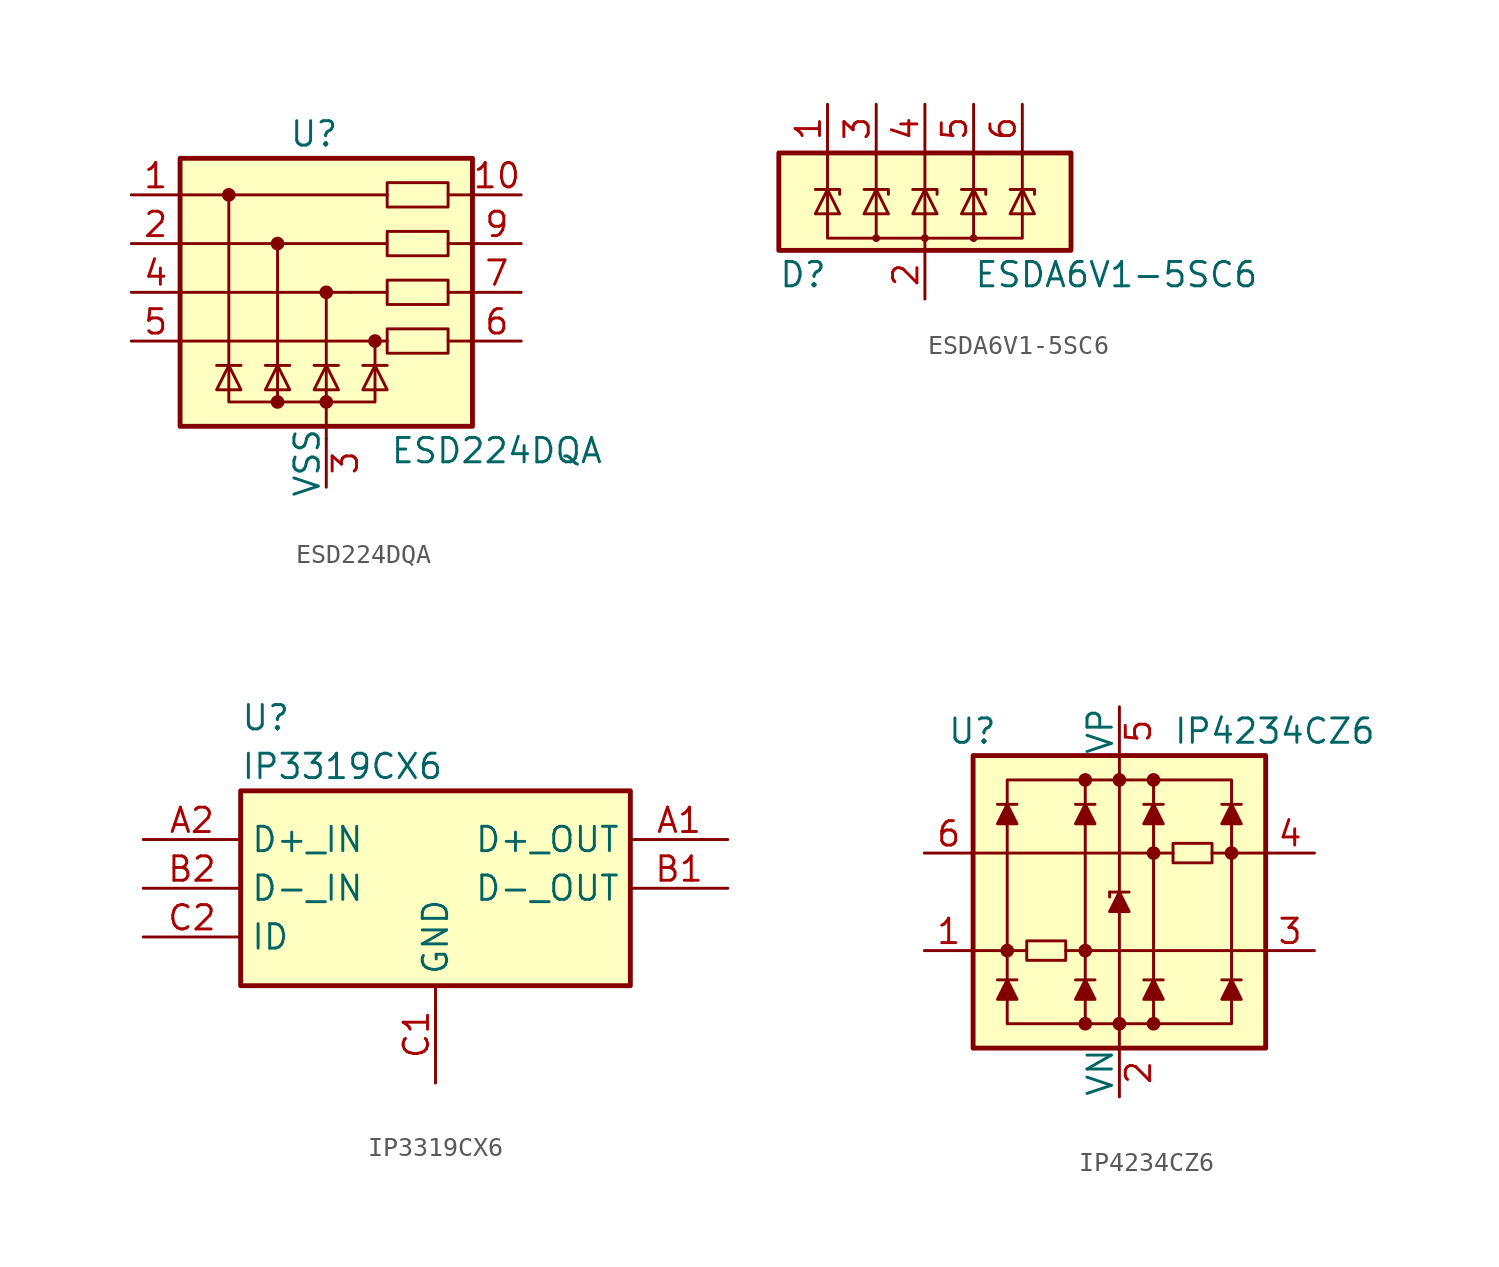
<source format=kicad_sym>
(kicad_symbol_lib
  (version 20241209)
  (generator "kicad_symbol_editor")
  (generator_version "9.0")
  (symbol "ESD224DQA"
    (pin_names
      (offset 0))
    (property "Reference" "U"
      (at -0.635 8.255 0)
      (effects (font (size 1.27 1.27))))
    (property "Value" "ESD224DQA"
      (at 8.89 -8.255 0)
      (effects (font (size 1.27 1.27))))
    (symbol "ESD224DQA_0_0"
      (polyline (pts (xy -2.54 -5.715) (xy -2.54 2.54)) (stroke (width 0) (type default)) (fill (type none)))
      (polyline (pts (xy 0 0) (xy 0 -6.985)) (stroke (width 0) (type default)) (fill (type none))))
    (symbol "ESD224DQA_0_1"
      (rectangle (start -7.62 6.985) (end 7.62 -6.985) (stroke (width 0.254) (type default)) (fill (type background)))
      (polyline (pts (xy -7.62 5.08) (xy -7.62 5.08)) (stroke (width 0) (type default)) (fill (type none)))
      (polyline (pts (xy -7.62 2.54) (xy -5.08 2.54)) (stroke (width 0) (type default)) (fill (type none)))
      (polyline (pts (xy -7.62 0) (xy 1.27 0)) (stroke (width 0) (type default)) (fill (type none)))
      (polyline (pts (xy -7.62 -2.54) (xy 3.175 -2.54)) (stroke (width 0) (type default)) (fill (type none)))
      (circle (center -5.08 5.08) (radius 0.279) (stroke (width 0) (type default)) (fill (type outline)))
      (polyline (pts (xy -5.08 5.08) (xy -5.08 -5.715) (xy 2.54 -5.715) (xy 2.54 -2.54)) (stroke (width 0.152) (type default)) (fill (type none)))
      (polyline (pts (xy -4.445 -3.81) (xy -5.715 -3.81)) (stroke (width 0) (type default)) (fill (type none)))
      (polyline (pts (xy -4.445 -5.08) (xy -5.715 -5.08) (xy -5.08 -3.81) (xy -4.445 -5.08)) (stroke (width 0) (type default)) (fill (type none)))
      (circle (center -2.54 2.54) (radius 0.279) (stroke (width 0) (type default)) (fill (type outline)))
      (circle (center -2.54 -5.715) (radius 0.279) (stroke (width 0) (type default)) (fill (type outline)))
      (polyline (pts (xy -1.905 -3.81) (xy -3.175 -3.81)) (stroke (width 0) (type default)) (fill (type none)))
      (polyline (pts (xy -1.905 -5.08) (xy -3.175 -5.08) (xy -2.54 -3.81) (xy -1.905 -5.08)) (stroke (width 0) (type default)) (fill (type none)))
      (circle (center 0 0) (radius 0.279) (stroke (width 0) (type default)) (fill (type outline)))
      (circle (center 0 -5.715) (radius 0.279) (stroke (width 0) (type default)) (fill (type outline)))
      (polyline (pts (xy 0 -6.985) (xy 0 -7.62)) (stroke (width 0) (type default)) (fill (type none)))
      (polyline (pts (xy 0.635 -3.81) (xy -0.635 -3.81)) (stroke (width 0) (type default)) (fill (type none)))
      (polyline (pts (xy 0.635 -5.08) (xy -0.635 -5.08) (xy 0 -3.81) (xy 0.635 -5.08)) (stroke (width 0) (type default)) (fill (type none)))
      (circle (center 2.54 -2.54) (radius 0.279) (stroke (width 0) (type default)) (fill (type outline)))
      (rectangle (start 3.175 5.715) (end 6.35 4.445) (stroke (width 0.152) (type default)) (fill (type none)))
      (polyline (pts (xy 3.175 5.08) (xy -7.62 5.08)) (stroke (width 0.152) (type default)) (fill (type none)))
      (rectangle (start 3.175 3.175) (end 6.35 1.905) (stroke (width 0.152) (type default)) (fill (type none)))
      (polyline (pts (xy 3.175 2.54) (xy 0 2.54) (xy 0 2.54) (xy -3.81 2.54) (xy -3.81 2.54) (xy -5.08 2.54)) (stroke (width 0.152) (type default)) (fill (type none)))
      (rectangle (start 3.175 0.635) (end 6.35 -0.635) (stroke (width 0.152) (type default)) (fill (type none)))
      (polyline (pts (xy 3.175 0) (xy 1.27 0)) (stroke (width 0.152) (type default)) (fill (type none)))
      (rectangle (start 3.175 -1.905) (end 6.35 -3.175) (stroke (width 0.152) (type default)) (fill (type none)))
      (polyline (pts (xy 3.175 -3.81) (xy 1.905 -3.81)) (stroke (width 0) (type default)) (fill (type none)))
      (polyline (pts (xy 3.175 -5.08) (xy 1.905 -5.08) (xy 2.54 -3.81) (xy 3.175 -5.08)) (stroke (width 0) (type default)) (fill (type none)))
      (polyline (pts (xy 7.62 5.08) (xy 6.35 5.08)) (stroke (width 0.152) (type default)) (fill (type none)))
      (polyline (pts (xy 7.62 2.54) (xy 6.35 2.54)) (stroke (width 0.152) (type default)) (fill (type none)))
      (polyline (pts (xy 7.62 0) (xy 6.35 0)) (stroke (width 0.152) (type default)) (fill (type none)))
      (polyline (pts (xy 7.62 -2.54) (xy 6.35 -2.54)) (stroke (width 0.152) (type default)) (fill (type none))))
    (symbol "ESD224DQA_1_1"
      (pin passive line (at -10.16 5.08 0) (length 2.54) (name "~" (effects (font (size 1.27 1.27)))) (number "1" (effects (font (size 1.27 1.27)))))
      (pin passive line (at -10.16 2.54 0) (length 2.54) (name "~" (effects (font (size 1.27 1.27)))) (number "2" (effects (font (size 1.27 1.27)))))
      (pin passive line (at -10.16 0 0) (length 2.54) (name "~" (effects (font (size 1.27 1.27)))) (number "4" (effects (font (size 1.27 1.27)))))
      (pin passive line (at -10.16 -2.54 0) (length 2.54) (name "~" (effects (font (size 1.27 1.27)))) (number "5" (effects (font (size 1.27 1.27)))))
      (pin power_in line (at 0 -10.16 90) (length 2.54) (name "VSS" (effects (font (size 1.27 1.27)))) (number "3" (effects (font (size 1.27 1.27)))))
      (pin passive line (at 0 -10.16 90) (length 2.54) (hide yes) (name "VSS" (effects (font (size 1.27 1.27)))) (number "8" (effects (font (size 1.27 1.27)))))
      (pin passive line (at 10.16 5.08 180) (length 2.54) (name "~" (effects (font (size 1.27 1.27)))) (number "10" (effects (font (size 1.27 1.27)))))
      (pin passive line (at 10.16 2.54 180) (length 2.54) (name "~" (effects (font (size 1.27 1.27)))) (number "9" (effects (font (size 1.27 1.27)))))
      (pin passive line (at 10.16 0 180) (length 2.54) (name "~" (effects (font (size 1.27 1.27)))) (number "7" (effects (font (size 1.27 1.27)))))
      (pin passive line (at 10.16 -2.54 180) (length 2.54) (name "~" (effects (font (size 1.27 1.27)))) (number "6" (effects (font (size 1.27 1.27)))))))
  (symbol "ESDA6V1-5SC6"
    (pin_names
      (hide yes))
    (property "Reference" "D"
      (at -5.08 -3.81 0)
      (effects (font (size 1.27 1.27)) (justify right)))
    (property "Value" "ESDA6V1-5SC6"
      (at 2.54 -3.81 0)
      (effects (font (size 1.27 1.27)) (justify left)))
    (symbol "ESDA6V1-5SC6_0_0"
      (pin passive line (at 0 -5.08 90) (length 2.54) (name "GND" (effects (font (size 1.27 1.27)))) (number "2" (effects (font (size 1.27 1.27))))))
    (symbol "ESDA6V1-5SC6_0_1"
      (rectangle (start -7.62 2.54) (end 7.62 -2.54) (stroke (width 0.254) (type default)) (fill (type background)))
      (polyline (pts (xy -5.715 0.635) (xy -4.445 0.635) (xy -4.445 0.381)) (stroke (width 0) (type default)) (fill (type none)))
      (polyline (pts (xy -5.715 -0.635) (xy -4.445 -0.635) (xy -5.08 0.635) (xy -5.715 -0.635)) (stroke (width 0) (type default)) (fill (type none)))
      (polyline (pts (xy -5.08 2.54) (xy -5.08 -1.905) (xy 5.08 -1.905) (xy 5.08 2.54)) (stroke (width 0) (type default)) (fill (type none)))
      (polyline (pts (xy -3.175 0.635) (xy -1.905 0.635) (xy -1.905 0.381)) (stroke (width 0) (type default)) (fill (type none)))
      (polyline (pts (xy -3.175 -0.635) (xy -1.905 -0.635) (xy -2.54 0.635) (xy -3.175 -0.635)) (stroke (width 0) (type default)) (fill (type none)))
      (polyline (pts (xy -2.54 2.54) (xy -2.54 -1.905)) (stroke (width 0) (type default)) (fill (type none)))
      (circle (center -2.54 -1.905) (radius 0.127) (stroke (width 0) (type default)) (fill (type none)))
      (polyline (pts (xy -0.635 0.635) (xy 0.635 0.635) (xy 0.635 0.381)) (stroke (width 0) (type default)) (fill (type none)))
      (polyline (pts (xy -0.635 -0.635) (xy 0.635 -0.635) (xy 0 0.635) (xy -0.635 -0.635)) (stroke (width 0) (type default)) (fill (type none)))
      (polyline (pts (xy 0 2.54) (xy 0 -2.54)) (stroke (width 0) (type default)) (fill (type none)))
      (circle (center 0 -1.905) (radius 0.127) (stroke (width 0) (type default)) (fill (type none)))
      (polyline (pts (xy 1.905 0.635) (xy 3.175 0.635) (xy 3.175 0.381)) (stroke (width 0) (type default)) (fill (type none)))
      (polyline (pts (xy 1.905 -0.635) (xy 3.175 -0.635) (xy 2.54 0.635) (xy 1.905 -0.635)) (stroke (width 0) (type default)) (fill (type none)))
      (polyline (pts (xy 2.54 2.54) (xy 2.54 -1.905)) (stroke (width 0) (type default)) (fill (type none)))
      (circle (center 2.54 -1.905) (radius 0.127) (stroke (width 0) (type default)) (fill (type none)))
      (polyline (pts (xy 4.445 0.635) (xy 5.715 0.635) (xy 5.715 0.381)) (stroke (width 0) (type default)) (fill (type none)))
      (polyline (pts (xy 4.445 -0.635) (xy 5.715 -0.635) (xy 5.08 0.635) (xy 4.445 -0.635)) (stroke (width 0) (type default)) (fill (type none))))
    (symbol "ESDA6V1-5SC6_1_1"
      (pin passive line (at -5.08 5.08 270) (length 2.54) (name "IO1" (effects (font (size 1.27 1.27)))) (number "1" (effects (font (size 1.27 1.27)))))
      (pin passive line (at -2.54 5.08 270) (length 2.54) (name "IO2" (effects (font (size 1.27 1.27)))) (number "3" (effects (font (size 1.27 1.27)))))
      (pin passive line (at 0 5.08 270) (length 2.54) (name "IO3" (effects (font (size 1.27 1.27)))) (number "4" (effects (font (size 1.27 1.27)))))
      (pin passive line (at 2.54 5.08 270) (length 2.54) (name "IO4" (effects (font (size 1.27 1.27)))) (number "5" (effects (font (size 1.27 1.27)))))
      (pin passive line (at 5.08 5.08 270) (length 2.54) (name "IO5" (effects (font (size 1.27 1.27)))) (number "6" (effects (font (size 1.27 1.27)))))))
  (symbol "IP3319CX6"
    (property "Reference" "U"
      (at -10.16 8.89 0)
      (effects (font (size 1.27 1.27)) (justify left)))
    (property "Value" "IP3319CX6"
      (at -10.16 6.35 0)
      (effects (font (size 1.27 1.27)) (justify left)))
    (symbol "IP3319CX6_0_1"
      (rectangle (start -10.16 5.08) (end 10.16 -5.08) (stroke (width 0.254) (type default)) (fill (type background))))
    (symbol "IP3319CX6_1_1"
      (pin passive line (at -15.24 2.54 0) (length 5.08) (name "D+_IN" (effects (font (size 1.27 1.27)))) (number "A2" (effects (font (size 1.27 1.27)))))
      (pin passive line (at -15.24 0 0) (length 5.08) (name "D-_IN" (effects (font (size 1.27 1.27)))) (number "B2" (effects (font (size 1.27 1.27)))))
      (pin passive line (at -15.24 -2.54 0) (length 5.08) (name "ID" (effects (font (size 1.27 1.27)))) (number "C2" (effects (font (size 1.27 1.27)))))
      (pin power_in line (at 0 -10.16 90) (length 5.08) (name "GND" (effects (font (size 1.27 1.27)))) (number "C1" (effects (font (size 1.27 1.27)))))
      (pin passive line (at 15.24 2.54 180) (length 5.08) (name "D+_OUT" (effects (font (size 1.27 1.27)))) (number "A1" (effects (font (size 1.27 1.27)))))
      (pin passive line (at 15.24 0 180) (length 5.08) (name "D-_OUT" (effects (font (size 1.27 1.27)))) (number "B1" (effects (font (size 1.27 1.27)))))))
  (symbol "IP4234CZ6"
    (pin_names
      (offset 0))
    (property "Reference" "U"
      (at -6.35 8.89 0)
      (effects (font (size 1.27 1.27)) (justify right)))
    (property "Value" "IP4234CZ6"
      (at 2.794 8.89 0)
      (effects (font (size 1.27 1.27)) (justify left)))
    (symbol "IP4234CZ6_0_0"
      (rectangle (start -5.842 6.35) (end 5.842 -6.35) (stroke (width 0) (type default)) (fill (type none)))
      (polyline (pts (xy -1.778 -6.35) (xy -1.778 6.35)) (stroke (width 0) (type default)) (fill (type none)))
      (polyline (pts (xy 1.778 6.35) (xy 1.778 -6.35)) (stroke (width 0) (type default)) (fill (type none))))
    (symbol "IP4234CZ6_0_1"
      (rectangle (start -7.62 7.62) (end 7.62 -7.62) (stroke (width 0.254) (type default)) (fill (type background)))
      (polyline (pts (xy -7.62 2.54) (xy 2.794 2.54)) (stroke (width 0) (type default)) (fill (type none)))
      (polyline (pts (xy -7.62 -2.54) (xy -4.826 -2.54)) (stroke (width 0) (type default)) (fill (type none)))
      (circle (center -5.842 -2.54) (radius 0.279) (stroke (width 0) (type default)) (fill (type outline)))
      (polyline (pts (xy -5.334 5.08) (xy -6.35 5.08)) (stroke (width 0) (type default)) (fill (type none)))
      (polyline (pts (xy -5.334 -4.064) (xy -6.35 -4.064)) (stroke (width 0) (type default)) (fill (type none)))
      (circle (center -1.778 6.35) (radius 0.279) (stroke (width 0) (type default)) (fill (type outline)))
      (circle (center -1.778 -2.54) (radius 0.279) (stroke (width 0) (type default)) (fill (type outline)))
      (circle (center -1.778 -6.35) (radius 0.279) (stroke (width 0) (type default)) (fill (type outline)))
      (polyline (pts (xy -1.27 5.08) (xy -2.286 5.08)) (stroke (width 0) (type default)) (fill (type none)))
      (polyline (pts (xy -1.27 -4.064) (xy -2.286 -4.064)) (stroke (width 0) (type default)) (fill (type none)))
      (polyline (pts (xy -0.508 0.508) (xy -0.508 0.254)) (stroke (width 0) (type default)) (fill (type none)))
      (polyline (pts (xy 0 7.62) (xy 0 -7.62)) (stroke (width 0) (type default)) (fill (type none)))
      (circle (center 0 6.35) (radius 0.279) (stroke (width 0) (type default)) (fill (type outline)))
      (circle (center 0 -6.35) (radius 0.279) (stroke (width 0) (type default)) (fill (type outline)))
      (polyline (pts (xy 0.508 0.508) (xy -0.508 0.508)) (stroke (width 0) (type default)) (fill (type none)))
      (circle (center 1.778 6.35) (radius 0.279) (stroke (width 0) (type default)) (fill (type outline)))
      (circle (center 1.778 2.54) (radius 0.279) (stroke (width 0) (type default)) (fill (type outline)))
      (circle (center 1.778 -6.35) (radius 0.279) (stroke (width 0) (type default)) (fill (type outline)))
      (polyline (pts (xy 2.286 5.08) (xy 1.27 5.08)) (stroke (width 0) (type default)) (fill (type none)))
      (polyline (pts (xy 2.286 -4.064) (xy 1.27 -4.064)) (stroke (width 0) (type default)) (fill (type none)))
      (circle (center 5.842 2.54) (radius 0.279) (stroke (width 0) (type default)) (fill (type outline)))
      (polyline (pts (xy 6.35 5.08) (xy 5.334 5.08)) (stroke (width 0) (type default)) (fill (type none)))
      (polyline (pts (xy 6.35 -4.064) (xy 5.334 -4.064)) (stroke (width 0) (type default)) (fill (type none)))
      (polyline (pts (xy 7.62 2.54) (xy 4.826 2.54)) (stroke (width 0) (type default)) (fill (type none)))
      (polyline (pts (xy 7.62 -2.54) (xy -2.794 -2.54)) (stroke (width 0) (type default)) (fill (type none))))
    (symbol "IP4234CZ6_1_1"
      (polyline (pts (xy -5.334 4.064) (xy -6.35 4.064) (xy -5.842 5.08) (xy -5.334 4.064)) (stroke (width 0) (type default)) (fill (type outline)))
      (polyline (pts (xy -5.334 -5.08) (xy -6.35 -5.08) (xy -5.842 -4.064) (xy -5.334 -5.08)) (stroke (width 0) (type default)) (fill (type outline)))
      (rectangle (start -4.826 -2.032) (end -2.794 -3.048) (stroke (width 0) (type default)) (fill (type none)))
      (polyline (pts (xy -1.27 4.064) (xy -2.286 4.064) (xy -1.778 5.08) (xy -1.27 4.064)) (stroke (width 0) (type default)) (fill (type outline)))
      (polyline (pts (xy -1.27 -5.08) (xy -2.286 -5.08) (xy -1.778 -4.064) (xy -1.27 -5.08)) (stroke (width 0) (type default)) (fill (type outline)))
      (polyline (pts (xy 0.508 -0.508) (xy -0.508 -0.508) (xy 0 0.508) (xy 0.508 -0.508)) (stroke (width 0) (type default)) (fill (type outline)))
      (polyline (pts (xy 2.286 4.064) (xy 1.27 4.064) (xy 1.778 5.08) (xy 2.286 4.064)) (stroke (width 0) (type default)) (fill (type outline)))
      (polyline (pts (xy 2.286 -5.08) (xy 1.27 -5.08) (xy 1.778 -4.064) (xy 2.286 -5.08)) (stroke (width 0) (type default)) (fill (type outline)))
      (rectangle (start 2.794 3.048) (end 4.826 2.032) (stroke (width 0) (type default)) (fill (type none)))
      (polyline (pts (xy 6.35 4.064) (xy 5.334 4.064) (xy 5.842 5.08) (xy 6.35 4.064)) (stroke (width 0) (type default)) (fill (type outline)))
      (polyline (pts (xy 6.35 -5.08) (xy 5.334 -5.08) (xy 5.842 -4.064) (xy 6.35 -5.08)) (stroke (width 0) (type default)) (fill (type outline)))
      (pin passive line (at -10.16 2.54 0) (length 2.54) (name "" (effects (font (size 1.27 1.27)))) (number "6" (effects (font (size 1.27 1.27)))))
      (pin passive line (at -10.16 -2.54 0) (length 2.54) (name "" (effects (font (size 1.27 1.27)))) (number "1" (effects (font (size 1.27 1.27)))))
      (pin passive line (at 0 10.16 270) (length 2.54) (name "VP" (effects (font (size 1.27 1.27)))) (number "5" (effects (font (size 1.27 1.27)))))
      (pin passive line (at 0 -10.16 90) (length 2.54) (name "VN" (effects (font (size 1.27 1.27)))) (number "2" (effects (font (size 1.27 1.27)))))
      (pin passive line (at 10.16 2.54 180) (length 2.54) (name "" (effects (font (size 1.27 1.27)))) (number "4" (effects (font (size 1.27 1.27)))))
      (pin passive line (at 10.16 -2.54 180) (length 2.54) (name "" (effects (font (size 1.27 1.27)))) (number "3" (effects (font (size 1.27 1.27))))))))
</source>
